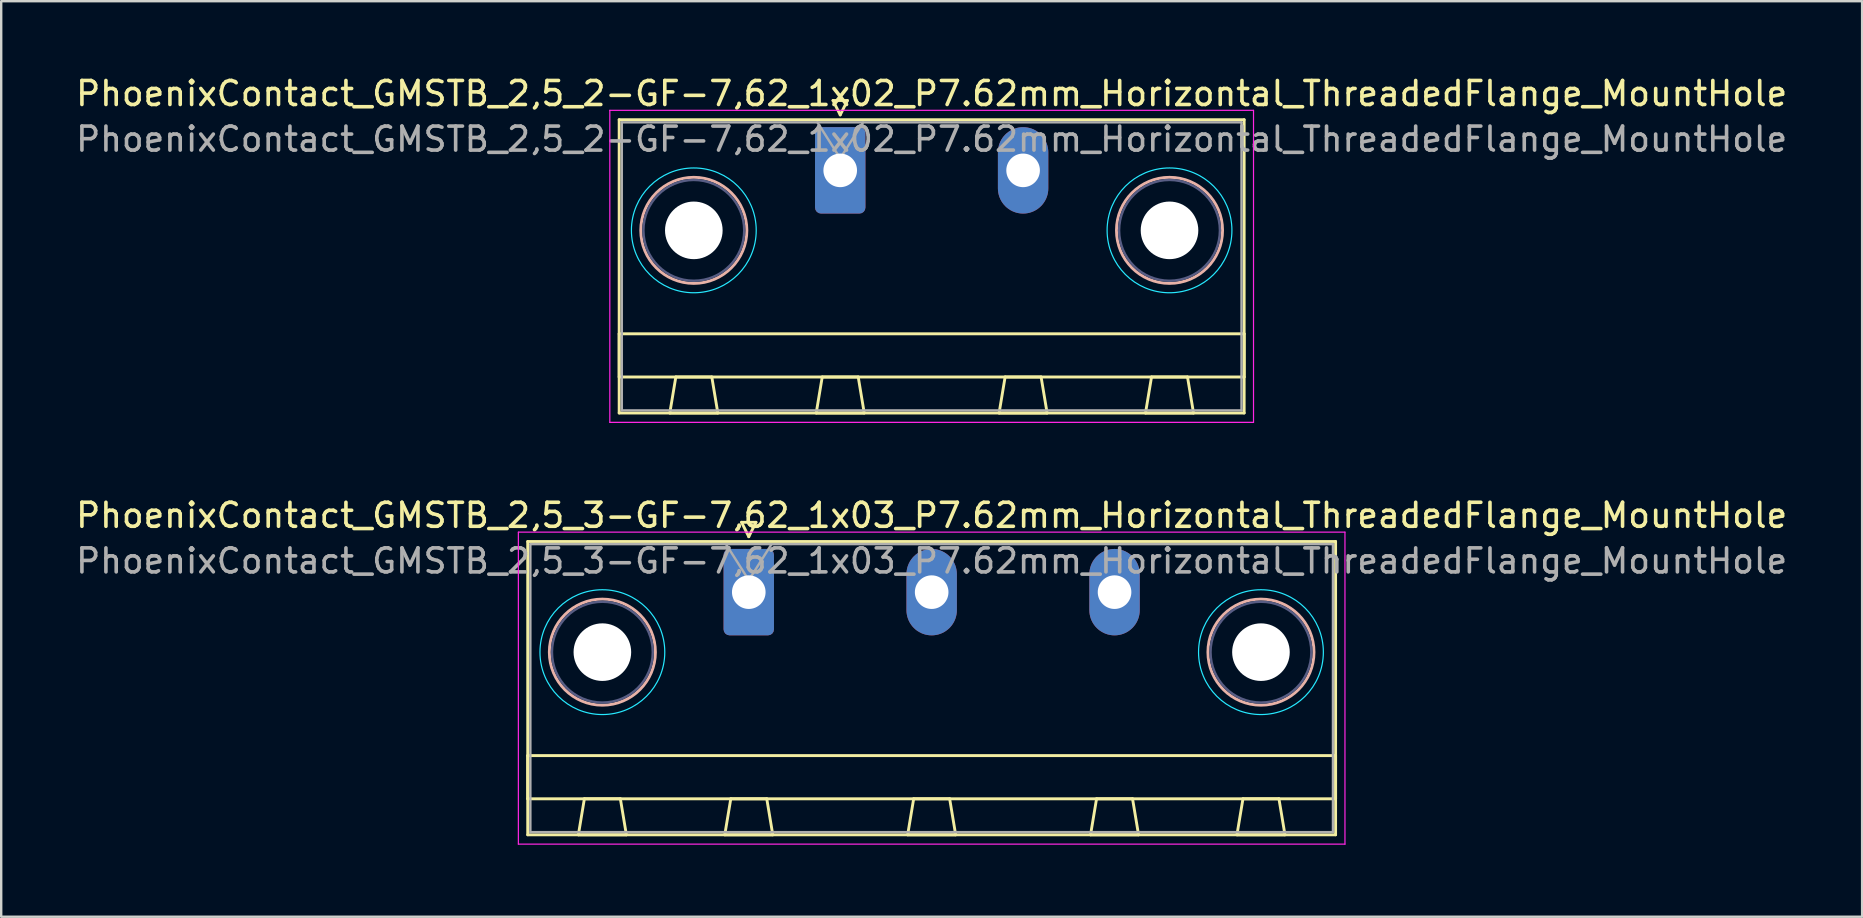
<source format=kicad_pcb>
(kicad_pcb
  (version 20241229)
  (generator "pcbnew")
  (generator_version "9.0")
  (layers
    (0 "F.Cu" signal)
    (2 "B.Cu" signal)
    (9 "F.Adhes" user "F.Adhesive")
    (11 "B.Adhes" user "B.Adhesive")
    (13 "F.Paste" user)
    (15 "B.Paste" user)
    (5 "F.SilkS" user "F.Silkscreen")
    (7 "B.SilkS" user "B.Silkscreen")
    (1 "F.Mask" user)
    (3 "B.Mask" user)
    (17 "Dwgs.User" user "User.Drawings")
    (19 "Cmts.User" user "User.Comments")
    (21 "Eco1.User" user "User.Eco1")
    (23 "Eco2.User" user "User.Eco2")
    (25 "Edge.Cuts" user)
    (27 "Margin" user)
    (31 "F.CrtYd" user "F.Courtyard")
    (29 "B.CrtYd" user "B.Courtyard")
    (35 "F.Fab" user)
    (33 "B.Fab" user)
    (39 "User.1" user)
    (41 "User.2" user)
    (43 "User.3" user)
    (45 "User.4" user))
  (footprint "PhoenixContact_GMSTB_2,5_3-GF-7,62_1x03_P7.62mm_Horizontal_ThreadedFlange_MountHole"
    (layer "F.Cu")
    (at 28.148 21.622)
    (property "Reference" "PhoenixContact_GMSTB_2,5_3-GF-7,62_1x03_P7.62mm_Horizontal_ThreadedFlange_MountHole" (at 7.62 -3.2 0) (layer "F.SilkS") (effects (font (size 1 1) (thickness 0.15))))
    (attr through_hole)
    (fp_line (start -9.21 -2.11) (end -9.21 10.11) (stroke (width 0.12) (type solid)) (layer "F.SilkS"))
    (fp_line (start -9.21 6.81) (end 24.45 6.81) (stroke (width 0.12) (type solid)) (layer "F.SilkS"))
    (fp_line (start -9.21 8.61) (end -9.21 6.81) (stroke (width 0.12) (type solid)) (layer "F.SilkS"))
    (fp_line (start -9.21 10.11) (end 24.45 10.11) (stroke (width 0.12) (type solid)) (layer "F.SilkS"))
    (fp_line (start -7.1 10.11) (end -5.1 10.11) (stroke (width 0.12) (type solid)) (layer "F.SilkS"))
    (fp_line (start -6.85 8.61) (end -7.1 10.11) (stroke (width 0.12) (type solid)) (layer "F.SilkS"))
    (fp_line (start -5.35 8.61) (end -6.85 8.61) (stroke (width 0.12) (type solid)) (layer "F.SilkS"))
    (fp_line (start -5.1 10.11) (end -5.35 8.61) (stroke (width 0.12) (type solid)) (layer "F.SilkS"))
    (fp_line (start -1 10.11) (end 1 10.11) (stroke (width 0.12) (type solid)) (layer "F.SilkS"))
    (fp_line (start -0.75 8.61) (end -1 10.11) (stroke (width 0.12) (type solid)) (layer "F.SilkS"))
    (fp_line (start -0.3 -2.91) (end 0.3 -2.91) (stroke (width 0.12) (type solid)) (layer "F.SilkS"))
    (fp_line (start 0 -2.31) (end -0.3 -2.91) (stroke (width 0.12) (type solid)) (layer "F.SilkS"))
    (fp_line (start 0.3 -2.91) (end 0 -2.31) (stroke (width 0.12) (type solid)) (layer "F.SilkS"))
    (fp_line (start 0.75 8.61) (end -0.75 8.61) (stroke (width 0.12) (type solid)) (layer "F.SilkS"))
    (fp_line (start 1 10.11) (end 0.75 8.61) (stroke (width 0.12) (type solid)) (layer "F.SilkS"))
    (fp_line (start 6.62 10.11) (end 8.62 10.11) (stroke (width 0.12) (type solid)) (layer "F.SilkS"))
    (fp_line (start 6.87 8.61) (end 6.62 10.11) (stroke (width 0.12) (type solid)) (layer "F.SilkS"))
    (fp_line (start 8.37 8.61) (end 6.87 8.61) (stroke (width 0.12) (type solid)) (layer "F.SilkS"))
    (fp_line (start 8.62 10.11) (end 8.37 8.61) (stroke (width 0.12) (type solid)) (layer "F.SilkS"))
    (fp_line (start 14.24 10.11) (end 16.24 10.11) (stroke (width 0.12) (type solid)) (layer "F.SilkS"))
    (fp_line (start 14.49 8.61) (end 14.24 10.11) (stroke (width 0.12) (type solid)) (layer "F.SilkS"))
    (fp_line (start 15.99 8.61) (end 14.49 8.61) (stroke (width 0.12) (type solid)) (layer "F.SilkS"))
    (fp_line (start 16.24 10.11) (end 15.99 8.61) (stroke (width 0.12) (type solid)) (layer "F.SilkS"))
    (fp_line (start 20.34 10.11) (end 22.34 10.11) (stroke (width 0.12) (type solid)) (layer "F.SilkS"))
    (fp_line (start 20.59 8.61) (end 20.34 10.11) (stroke (width 0.12) (type solid)) (layer "F.SilkS"))
    (fp_line (start 22.09 8.61) (end 20.59 8.61) (stroke (width 0.12) (type solid)) (layer "F.SilkS"))
    (fp_line (start 22.34 10.11) (end 22.09 8.61) (stroke (width 0.12) (type solid)) (layer "F.SilkS"))
    (fp_line (start 24.45 -2.11) (end -9.21 -2.11) (stroke (width 0.12) (type solid)) (layer "F.SilkS"))
    (fp_line (start 24.45 6.81) (end 24.45 8.61) (stroke (width 0.12) (type solid)) (layer "F.SilkS"))
    (fp_line (start 24.45 8.61) (end -9.21 8.61) (stroke (width 0.12) (type solid)) (layer "F.SilkS"))
    (fp_line (start 24.45 10.11) (end 24.45 -2.11) (stroke (width 0.12) (type solid)) (layer "F.SilkS"))
    (fp_circle (center -6.1 2.5) (end -3.89 2.5) (stroke (width 0.12) (type solid)) (fill no) (layer "B.SilkS"))
    (fp_circle (center 21.34 2.5) (end 23.55 2.5) (stroke (width 0.12) (type solid)) (fill no) (layer "B.SilkS"))
    (fp_circle (center -6.1 2.5) (end -3.5 2.5) (stroke (width 0.05) (type solid)) (fill no) (layer "B.CrtYd"))
    (fp_circle (center 21.34 2.5) (end 23.94 2.5) (stroke (width 0.05) (type solid)) (fill no) (layer "B.CrtYd"))
    (fp_line (start -9.6 -2.5) (end -9.6 10.5) (stroke (width 0.05) (type solid)) (layer "F.CrtYd"))
    (fp_line (start -9.6 10.5) (end 24.84 10.5) (stroke (width 0.05) (type solid)) (layer "F.CrtYd"))
    (fp_line (start 24.84 -2.5) (end -9.6 -2.5) (stroke (width 0.05) (type solid)) (layer "F.CrtYd"))
    (fp_line (start 24.84 10.5) (end 24.84 -2.5) (stroke (width 0.05) (type solid)) (layer "F.CrtYd"))
    (fp_circle (center -6.1 2.5) (end -4 2.5) (stroke (width 0.1) (type solid)) (fill no) (layer "B.Fab"))
    (fp_circle (center 21.34 2.5) (end 23.44 2.5) (stroke (width 0.1) (type solid)) (fill no) (layer "B.Fab"))
    (fp_line (start -9.1 -2) (end -9.1 10) (stroke (width 0.1) (type solid)) (layer "F.Fab"))
    (fp_line (start -9.1 10) (end 24.34 10) (stroke (width 0.1) (type solid)) (layer "F.Fab"))
    (fp_line (start 0 -0.5) (end -0.95 -2) (stroke (width 0.1) (type solid)) (layer "F.Fab"))
    (fp_line (start 0.95 -2) (end 0 -0.5) (stroke (width 0.1) (type solid)) (layer "F.Fab"))
    (fp_line (start 24.34 -2) (end -9.1 -2) (stroke (width 0.1) (type solid)) (layer "F.Fab"))
    (fp_line (start 24.34 10) (end 24.34 -2) (stroke (width 0.1) (type solid)) (layer "F.Fab"))
    (fp_text user "${REFERENCE}" (at 7.62 -1.3 0) (layer "F.Fab") (effects (font (size 1 1) (thickness 0.15))))
    (pad "" np_thru_hole circle (at -6.1 2.5) (size 2.4 2.4) (drill 2.4) (layers "*.Cu" "*.Mask"))
    (pad "" np_thru_hole circle (at 21.34 2.5) (size 2.4 2.4) (drill 2.4) (layers "*.Cu" "*.Mask"))
    (pad "1" thru_hole roundrect (at 0 0) (size 2.1 3.6) (drill 1.4) (layers "*.Cu" "*.Mask") (roundrect_rratio 0.119))
    (pad "2" thru_hole oval (at 7.62 0) (size 2.1 3.6) (drill 1.4) (layers "*.Cu" "*.Mask"))
    (pad "3" thru_hole oval (at 15.24 0) (size 2.1 3.6) (drill 1.4) (layers "*.Cu" "*.Mask")))
  (footprint "PhoenixContact_GMSTB_2,5_2-GF-7,62_1x02_P7.62mm_Horizontal_ThreadedFlange_MountHole"
    (layer "F.Cu")
    (at 31.958 4.048)
    (property "Reference" "PhoenixContact_GMSTB_2,5_2-GF-7,62_1x02_P7.62mm_Horizontal_ThreadedFlange_MountHole" (at 3.81 -3.2 0) (layer "F.SilkS") (effects (font (size 1 1) (thickness 0.15))))
    (attr through_hole)
    (fp_line (start -9.21 -2.11) (end -9.21 10.11) (stroke (width 0.12) (type solid)) (layer "F.SilkS"))
    (fp_line (start -9.21 6.81) (end 16.83 6.81) (stroke (width 0.12) (type solid)) (layer "F.SilkS"))
    (fp_line (start -9.21 8.61) (end -9.21 6.81) (stroke (width 0.12) (type solid)) (layer "F.SilkS"))
    (fp_line (start -9.21 10.11) (end 16.83 10.11) (stroke (width 0.12) (type solid)) (layer "F.SilkS"))
    (fp_line (start -7.1 10.11) (end -5.1 10.11) (stroke (width 0.12) (type solid)) (layer "F.SilkS"))
    (fp_line (start -6.85 8.61) (end -7.1 10.11) (stroke (width 0.12) (type solid)) (layer "F.SilkS"))
    (fp_line (start -5.35 8.61) (end -6.85 8.61) (stroke (width 0.12) (type solid)) (layer "F.SilkS"))
    (fp_line (start -5.1 10.11) (end -5.35 8.61) (stroke (width 0.12) (type solid)) (layer "F.SilkS"))
    (fp_line (start -1 10.11) (end 1 10.11) (stroke (width 0.12) (type solid)) (layer "F.SilkS"))
    (fp_line (start -0.75 8.61) (end -1 10.11) (stroke (width 0.12) (type solid)) (layer "F.SilkS"))
    (fp_line (start -0.3 -2.91) (end 0.3 -2.91) (stroke (width 0.12) (type solid)) (layer "F.SilkS"))
    (fp_line (start 0 -2.31) (end -0.3 -2.91) (stroke (width 0.12) (type solid)) (layer "F.SilkS"))
    (fp_line (start 0.3 -2.91) (end 0 -2.31) (stroke (width 0.12) (type solid)) (layer "F.SilkS"))
    (fp_line (start 0.75 8.61) (end -0.75 8.61) (stroke (width 0.12) (type solid)) (layer "F.SilkS"))
    (fp_line (start 1 10.11) (end 0.75 8.61) (stroke (width 0.12) (type solid)) (layer "F.SilkS"))
    (fp_line (start 6.62 10.11) (end 8.62 10.11) (stroke (width 0.12) (type solid)) (layer "F.SilkS"))
    (fp_line (start 6.87 8.61) (end 6.62 10.11) (stroke (width 0.12) (type solid)) (layer "F.SilkS"))
    (fp_line (start 8.37 8.61) (end 6.87 8.61) (stroke (width 0.12) (type solid)) (layer "F.SilkS"))
    (fp_line (start 8.62 10.11) (end 8.37 8.61) (stroke (width 0.12) (type solid)) (layer "F.SilkS"))
    (fp_line (start 12.72 10.11) (end 14.72 10.11) (stroke (width 0.12) (type solid)) (layer "F.SilkS"))
    (fp_line (start 12.97 8.61) (end 12.72 10.11) (stroke (width 0.12) (type solid)) (layer "F.SilkS"))
    (fp_line (start 14.47 8.61) (end 12.97 8.61) (stroke (width 0.12) (type solid)) (layer "F.SilkS"))
    (fp_line (start 14.72 10.11) (end 14.47 8.61) (stroke (width 0.12) (type solid)) (layer "F.SilkS"))
    (fp_line (start 16.83 -2.11) (end -9.21 -2.11) (stroke (width 0.12) (type solid)) (layer "F.SilkS"))
    (fp_line (start 16.83 6.81) (end 16.83 8.61) (stroke (width 0.12) (type solid)) (layer "F.SilkS"))
    (fp_line (start 16.83 8.61) (end -9.21 8.61) (stroke (width 0.12) (type solid)) (layer "F.SilkS"))
    (fp_line (start 16.83 10.11) (end 16.83 -2.11) (stroke (width 0.12) (type solid)) (layer "F.SilkS"))
    (fp_circle (center -6.1 2.5) (end -3.89 2.5) (stroke (width 0.12) (type solid)) (fill no) (layer "B.SilkS"))
    (fp_circle (center 13.72 2.5) (end 15.93 2.5) (stroke (width 0.12) (type solid)) (fill no) (layer "B.SilkS"))
    (fp_circle (center -6.1 2.5) (end -3.5 2.5) (stroke (width 0.05) (type solid)) (fill no) (layer "B.CrtYd"))
    (fp_circle (center 13.72 2.5) (end 16.32 2.5) (stroke (width 0.05) (type solid)) (fill no) (layer "B.CrtYd"))
    (fp_line (start -9.6 -2.5) (end -9.6 10.5) (stroke (width 0.05) (type solid)) (layer "F.CrtYd"))
    (fp_line (start -9.6 10.5) (end 17.22 10.5) (stroke (width 0.05) (type solid)) (layer "F.CrtYd"))
    (fp_line (start 17.22 -2.5) (end -9.6 -2.5) (stroke (width 0.05) (type solid)) (layer "F.CrtYd"))
    (fp_line (start 17.22 10.5) (end 17.22 -2.5) (stroke (width 0.05) (type solid)) (layer "F.CrtYd"))
    (fp_circle (center -6.1 2.5) (end -4 2.5) (stroke (width 0.1) (type solid)) (fill no) (layer "B.Fab"))
    (fp_circle (center 13.72 2.5) (end 15.82 2.5) (stroke (width 0.1) (type solid)) (fill no) (layer "B.Fab"))
    (fp_line (start -9.1 -2) (end -9.1 10) (stroke (width 0.1) (type solid)) (layer "F.Fab"))
    (fp_line (start -9.1 10) (end 16.72 10) (stroke (width 0.1) (type solid)) (layer "F.Fab"))
    (fp_line (start 0 -0.5) (end -0.95 -2) (stroke (width 0.1) (type solid)) (layer "F.Fab"))
    (fp_line (start 0.95 -2) (end 0 -0.5) (stroke (width 0.1) (type solid)) (layer "F.Fab"))
    (fp_line (start 16.72 -2) (end -9.1 -2) (stroke (width 0.1) (type solid)) (layer "F.Fab"))
    (fp_line (start 16.72 10) (end 16.72 -2) (stroke (width 0.1) (type solid)) (layer "F.Fab"))
    (fp_text user "${REFERENCE}" (at 3.81 -1.3 0) (layer "F.Fab") (effects (font (size 1 1) (thickness 0.15))))
    (pad "" np_thru_hole circle (at -6.1 2.5) (size 2.4 2.4) (drill 2.4) (layers "*.Cu" "*.Mask"))
    (pad "" np_thru_hole circle (at 13.72 2.5) (size 2.4 2.4) (drill 2.4) (layers "*.Cu" "*.Mask"))
    (pad "1" thru_hole roundrect (at 0 0) (size 2.1 3.6) (drill 1.4) (layers "*.Cu" "*.Mask") (roundrect_rratio 0.119))
    (pad "2" thru_hole oval (at 7.62 0) (size 2.1 3.6) (drill 1.4) (layers "*.Cu" "*.Mask")))
  (gr_rect
    (start -3 -3)
    (end 74.536 35.147)
    (stroke (width 0.1) (type default))
    (fill no)
    (layer "Edge.Cuts")))
</source>
